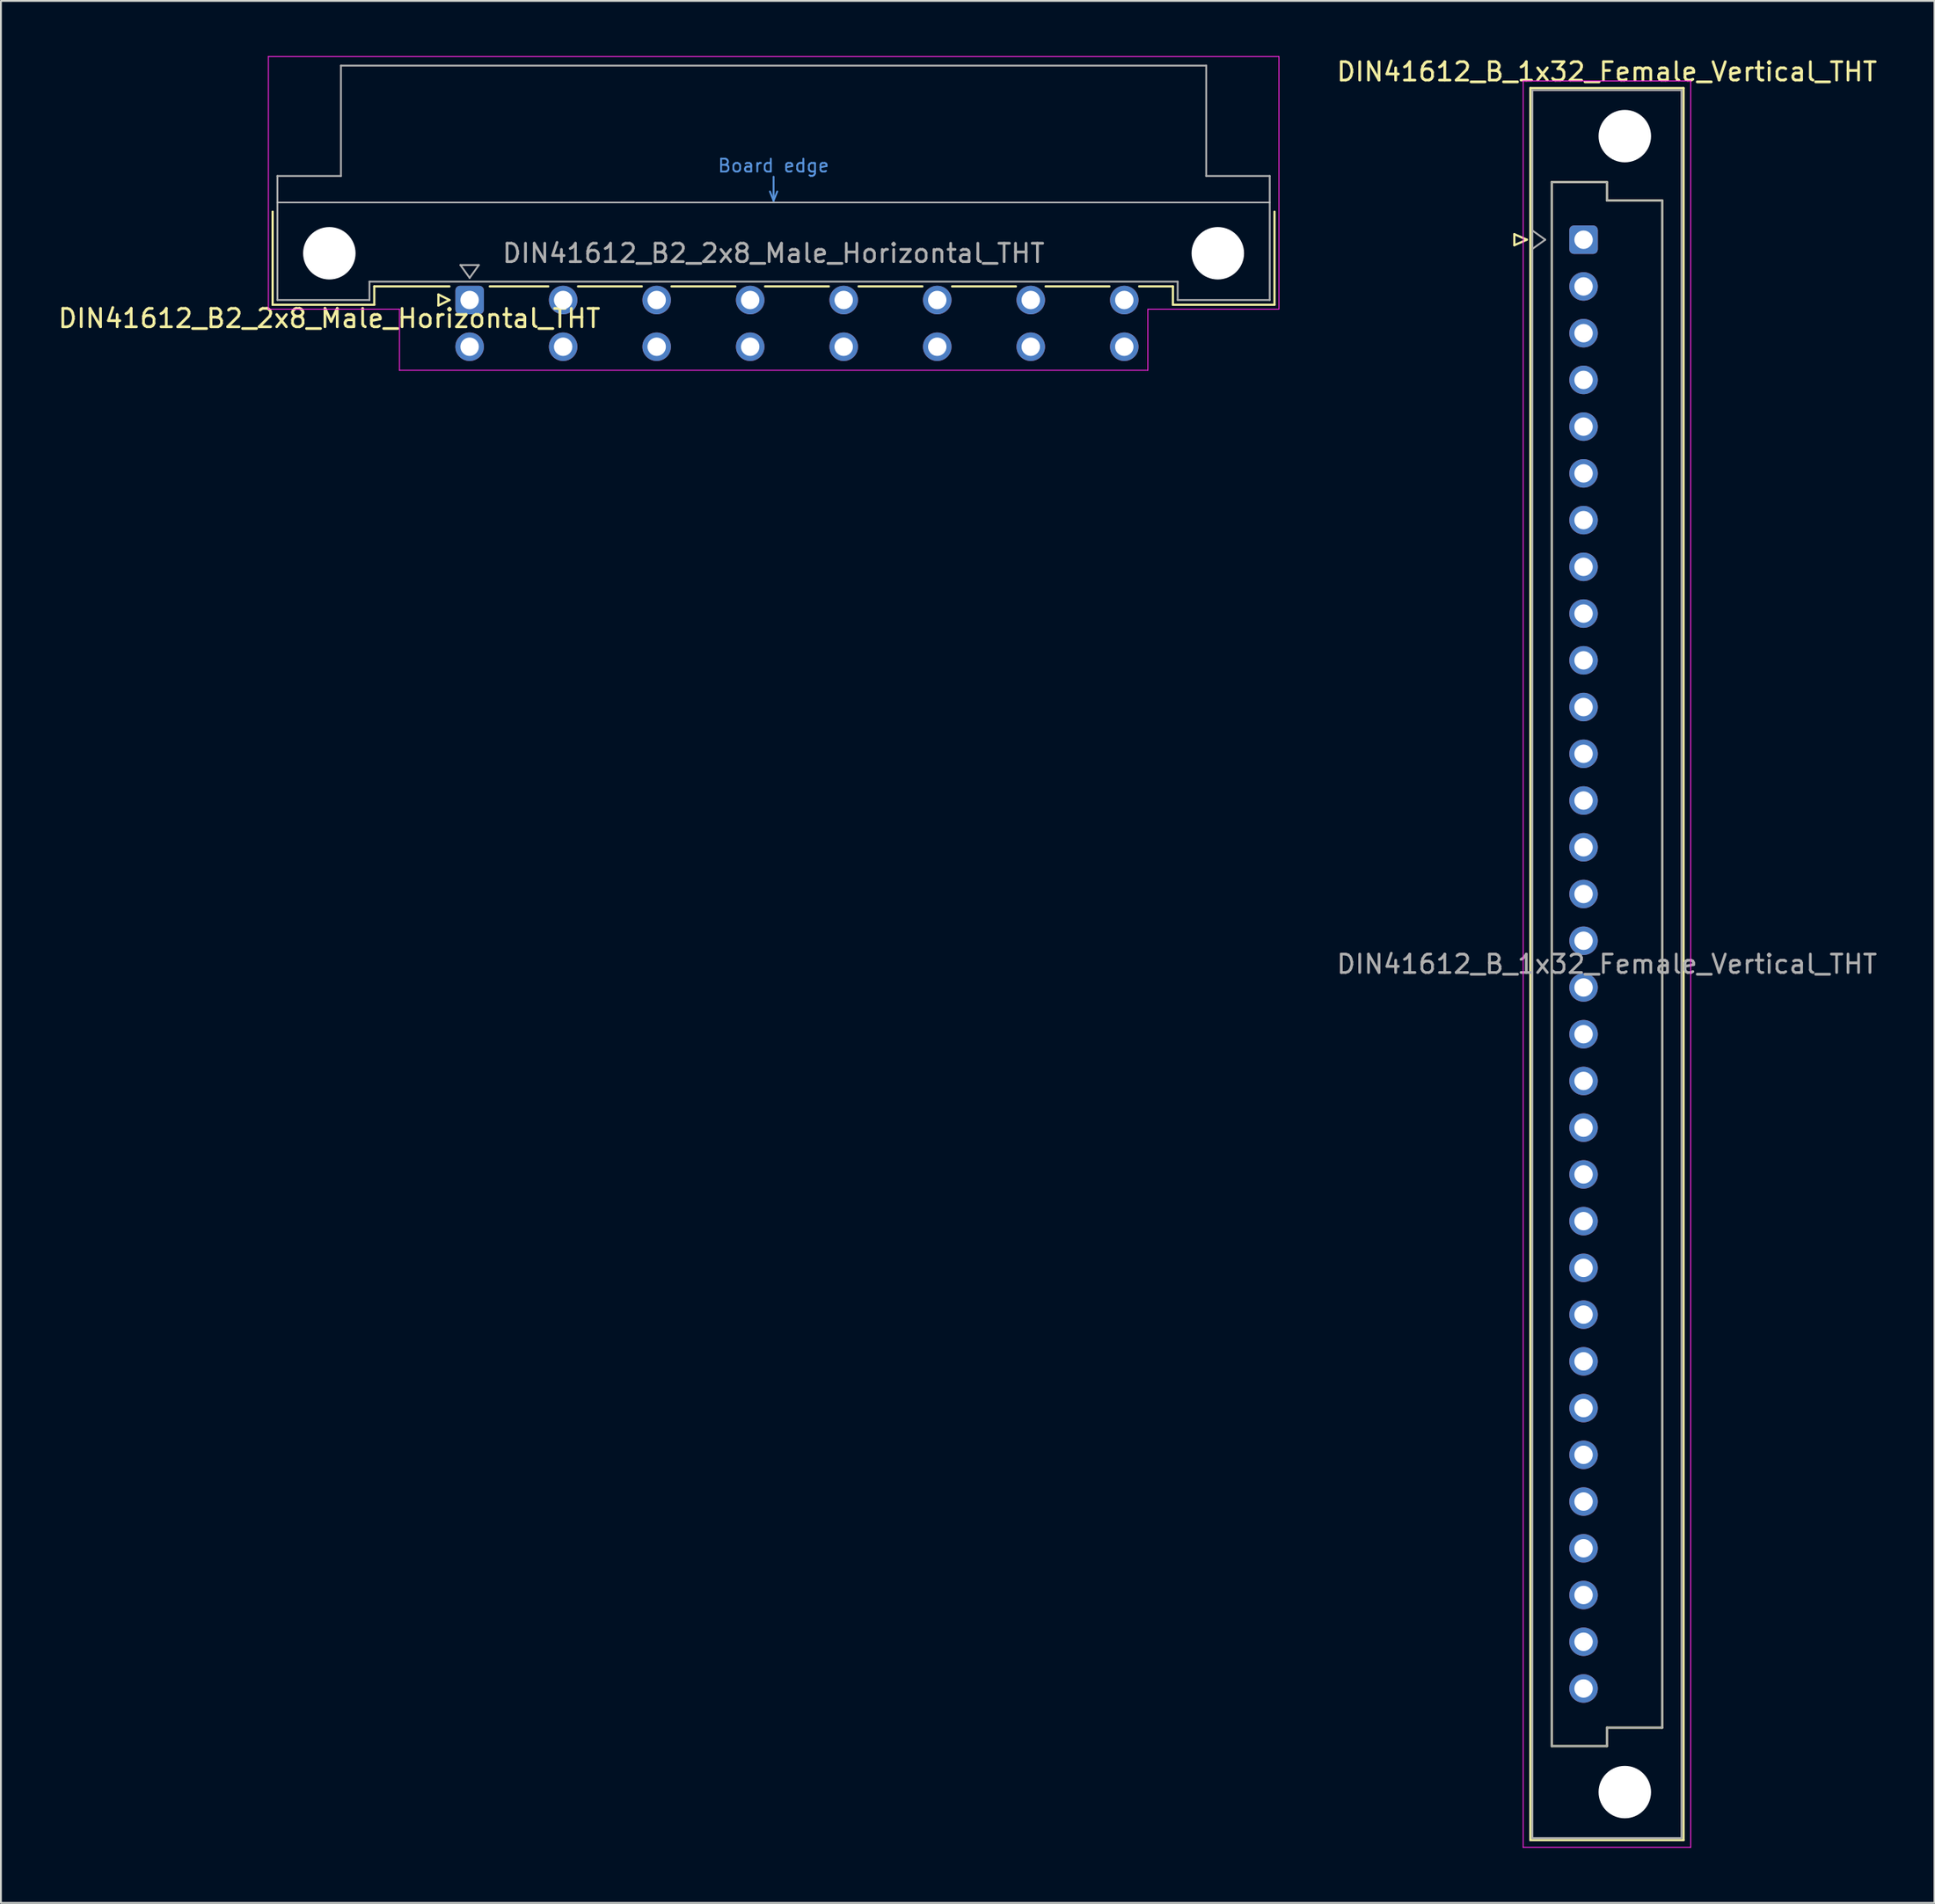
<source format=kicad_pcb>
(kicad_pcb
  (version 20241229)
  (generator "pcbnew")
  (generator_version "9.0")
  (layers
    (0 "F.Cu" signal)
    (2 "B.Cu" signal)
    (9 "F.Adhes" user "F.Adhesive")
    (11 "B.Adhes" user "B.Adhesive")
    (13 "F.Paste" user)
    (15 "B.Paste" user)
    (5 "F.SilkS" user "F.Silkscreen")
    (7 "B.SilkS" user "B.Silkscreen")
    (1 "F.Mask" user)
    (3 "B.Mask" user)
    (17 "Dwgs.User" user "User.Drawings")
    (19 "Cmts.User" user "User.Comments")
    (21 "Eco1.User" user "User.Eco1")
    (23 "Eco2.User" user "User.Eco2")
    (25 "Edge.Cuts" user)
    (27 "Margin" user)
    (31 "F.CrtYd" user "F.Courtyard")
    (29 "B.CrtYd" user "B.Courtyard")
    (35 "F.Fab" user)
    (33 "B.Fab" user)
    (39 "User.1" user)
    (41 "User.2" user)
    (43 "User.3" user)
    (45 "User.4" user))
  (footprint "DIN41612_B2_2x8_Male_Horizontal_THT"
    (layer "F.Cu")
    (at 19.919 13.255)
    (property "Reference" "DIN41612_B2_2x8_Male_Horizontal_THT" (at -5.08 1 0) (layer "F.SilkS") (effects (font (size 1 1) (thickness 0.15))))
    (attr through_hole)
    (fp_line (start -8.16 -4.8) (end -8.16 0.26) (stroke (width 0.12) (type solid)) (layer "F.SilkS"))
    (fp_line (start -8.16 0.26) (end -2.64 0.26) (stroke (width 0.12) (type solid)) (layer "F.SilkS"))
    (fp_line (start -2.64 -0.74) (end 1.445 -0.74) (stroke (width 0.12) (type solid)) (layer "F.SilkS"))
    (fp_line (start -2.64 0.26) (end -2.64 -0.74) (stroke (width 0.12) (type solid)) (layer "F.SilkS"))
    (fp_line (start 0.845 -0.3) (end 0.845 0.3) (stroke (width 0.12) (type solid)) (layer "F.SilkS"))
    (fp_line (start 0.845 0.3) (end 1.445 0) (stroke (width 0.12) (type solid)) (layer "F.SilkS"))
    (fp_line (start 1.445 0) (end 0.845 -0.3) (stroke (width 0.12) (type solid)) (layer "F.SilkS"))
    (fp_line (start 3.635 -0.74) (end 6.813 -0.74) (stroke (width 0.12) (type solid)) (layer "F.SilkS"))
    (fp_line (start 8.427 -0.74) (end 11.893 -0.74) (stroke (width 0.12) (type solid)) (layer "F.SilkS"))
    (fp_line (start 13.507 -0.74) (end 16.973 -0.74) (stroke (width 0.12) (type solid)) (layer "F.SilkS"))
    (fp_line (start 18.587 -0.74) (end 22.053 -0.74) (stroke (width 0.12) (type solid)) (layer "F.SilkS"))
    (fp_line (start 23.667 -0.74) (end 27.133 -0.74) (stroke (width 0.12) (type solid)) (layer "F.SilkS"))
    (fp_line (start 28.747 -0.74) (end 32.213 -0.74) (stroke (width 0.12) (type solid)) (layer "F.SilkS"))
    (fp_line (start 33.827 -0.74) (end 37.293 -0.74) (stroke (width 0.12) (type solid)) (layer "F.SilkS"))
    (fp_line (start 38.907 -0.74) (end 40.74 -0.74) (stroke (width 0.12) (type solid)) (layer "F.SilkS"))
    (fp_line (start 40.74 0.26) (end 40.74 -0.74) (stroke (width 0.12) (type solid)) (layer "F.SilkS"))
    (fp_line (start 46.26 -4.8) (end 46.26 0.26) (stroke (width 0.12) (type solid)) (layer "F.SilkS"))
    (fp_line (start 46.26 0.26) (end 40.74 0.26) (stroke (width 0.12) (type solid)) (layer "F.SilkS"))
    (fp_line (start -7.9 -5.3) (end 46 -5.3) (stroke (width 0.08) (type solid)) (layer "Dwgs.User"))
    (fp_line (start 18.85 -5.9) (end 19.05 -5.4) (stroke (width 0.1) (type solid)) (layer "Cmts.User"))
    (fp_line (start 19.05 -5.4) (end 19.05 -6.7) (stroke (width 0.1) (type solid)) (layer "Cmts.User"))
    (fp_line (start 19.05 -5.4) (end 19.25 -5.9) (stroke (width 0.1) (type solid)) (layer "Cmts.User"))
    (fp_line (start -8.39 -13.23) (end -8.39 0.5) (stroke (width 0.05) (type solid)) (layer "F.CrtYd"))
    (fp_line (start -8.39 0.5) (end -1.27 0.5) (stroke (width 0.05) (type solid)) (layer "F.CrtYd"))
    (fp_line (start -1.27 0.5) (end -1.27 3.82) (stroke (width 0.05) (type solid)) (layer "F.CrtYd"))
    (fp_line (start -1.27 3.82) (end 39.38 3.82) (stroke (width 0.05) (type solid)) (layer "F.CrtYd"))
    (fp_line (start 39.38 0.5) (end 46.5 0.5) (stroke (width 0.05) (type solid)) (layer "F.CrtYd"))
    (fp_line (start 39.38 3.82) (end 39.38 0.5) (stroke (width 0.05) (type solid)) (layer "F.CrtYd"))
    (fp_line (start 46.5 -13.23) (end -8.39 -13.23) (stroke (width 0.05) (type solid)) (layer "F.CrtYd"))
    (fp_line (start 46.5 0.5) (end 46.5 -13.23) (stroke (width 0.05) (type solid)) (layer "F.CrtYd"))
    (fp_line (start -7.9 -6.74) (end -7.9 0) (stroke (width 0.1) (type solid)) (layer "F.Fab"))
    (fp_line (start -7.9 0) (end -2.9 0) (stroke (width 0.1) (type solid)) (layer "F.Fab"))
    (fp_line (start -4.45 -12.74) (end -4.45 -6.74) (stroke (width 0.1) (type solid)) (layer "F.Fab"))
    (fp_line (start -4.45 -6.74) (end -7.9 -6.74) (stroke (width 0.1) (type solid)) (layer "F.Fab"))
    (fp_line (start -2.9 -1) (end 41 -1) (stroke (width 0.1) (type solid)) (layer "F.Fab"))
    (fp_line (start -2.9 0) (end -2.9 -1) (stroke (width 0.1) (type solid)) (layer "F.Fab"))
    (fp_line (start 2.04 -1.9) (end 3.04 -1.9) (stroke (width 0.1) (type solid)) (layer "F.Fab"))
    (fp_line (start 2.54 -1.2) (end 2.04 -1.9) (stroke (width 0.1) (type solid)) (layer "F.Fab"))
    (fp_line (start 3.04 -1.9) (end 2.54 -1.2) (stroke (width 0.1) (type solid)) (layer "F.Fab"))
    (fp_line (start 41 -1) (end 41 0) (stroke (width 0.1) (type solid)) (layer "F.Fab"))
    (fp_line (start 41 0) (end 46 0) (stroke (width 0.1) (type solid)) (layer "F.Fab"))
    (fp_line (start 42.55 -12.74) (end -4.45 -12.74) (stroke (width 0.1) (type solid)) (layer "F.Fab"))
    (fp_line (start 42.55 -6.74) (end 42.55 -12.74) (stroke (width 0.1) (type solid)) (layer "F.Fab"))
    (fp_line (start 46 -6.74) (end 42.55 -6.74) (stroke (width 0.1) (type solid)) (layer "F.Fab"))
    (fp_line (start 46 0) (end 46 -6.74) (stroke (width 0.1) (type solid)) (layer "F.Fab"))
    (fp_text user "Board edge" (at 19.05 -7.3 0) (layer "Cmts.User") (effects (font (size 0.7 0.7) (thickness 0.1))))
    (fp_text user "${REFERENCE}" (at 19.05 -2.54 0) (layer "F.Fab") (effects (font (size 1 1) (thickness 0.15))))
    (pad "" np_thru_hole circle (at -5.08 -2.54) (size 2.85 2.85) (drill 2.85) (layers "*.Cu" "*.Mask"))
    (pad "" np_thru_hole circle (at 43.18 -2.54) (size 2.85 2.85) (drill 2.85) (layers "*.Cu" "*.Mask"))
    (pad "a2" thru_hole roundrect (at 2.54 0) (size 1.55 1.55) (drill 1) (layers "*.Cu" "*.Mask") (roundrect_rratio 0.161))
    (pad "a4" thru_hole circle (at 7.62 0) (size 1.55 1.55) (drill 1) (layers "*.Cu" "*.Mask"))
    (pad "a6" thru_hole circle (at 12.7 0) (size 1.55 1.55) (drill 1) (layers "*.Cu" "*.Mask"))
    (pad "a8" thru_hole circle (at 17.78 0) (size 1.55 1.55) (drill 1) (layers "*.Cu" "*.Mask"))
    (pad "a10" thru_hole circle (at 22.86 0) (size 1.55 1.55) (drill 1) (layers "*.Cu" "*.Mask"))
    (pad "a12" thru_hole circle (at 27.94 0) (size 1.55 1.55) (drill 1) (layers "*.Cu" "*.Mask"))
    (pad "a14" thru_hole circle (at 33.02 0) (size 1.55 1.55) (drill 1) (layers "*.Cu" "*.Mask"))
    (pad "a16" thru_hole circle (at 38.1 0) (size 1.55 1.55) (drill 1) (layers "*.Cu" "*.Mask"))
    (pad "b2" thru_hole circle (at 2.54 2.54) (size 1.55 1.55) (drill 1) (layers "*.Cu" "*.Mask"))
    (pad "b4" thru_hole circle (at 7.62 2.54) (size 1.55 1.55) (drill 1) (layers "*.Cu" "*.Mask"))
    (pad "b6" thru_hole circle (at 12.7 2.54) (size 1.55 1.55) (drill 1) (layers "*.Cu" "*.Mask"))
    (pad "b8" thru_hole circle (at 17.78 2.54) (size 1.55 1.55) (drill 1) (layers "*.Cu" "*.Mask"))
    (pad "b10" thru_hole circle (at 22.86 2.54) (size 1.55 1.55) (drill 1) (layers "*.Cu" "*.Mask"))
    (pad "b12" thru_hole circle (at 27.94 2.54) (size 1.55 1.55) (drill 1) (layers "*.Cu" "*.Mask"))
    (pad "b14" thru_hole circle (at 33.02 2.54) (size 1.55 1.55) (drill 1) (layers "*.Cu" "*.Mask"))
    (pad "b16" thru_hole circle (at 38.1 2.54) (size 1.55 1.55) (drill 1) (layers "*.Cu" "*.Mask")))
  (footprint "DIN41612_B_1x32_Female_Vertical_THT"
    (layer "F.Cu")
    (at 82.966 9.978)
    (property "Reference" "DIN41612_B_1x32_Female_Vertical_THT" (at 1.27 -9.13 0) (layer "F.SilkS") (effects (font (size 1 1) (thickness 0.15))))
    (attr through_hole)
    (fp_line (start -3.76 -0.3) (end -3.76 0.3) (stroke (width 0.12) (type solid)) (layer "F.SilkS"))
    (fp_line (start -3.76 0.3) (end -3.08 0) (stroke (width 0.12) (type solid)) (layer "F.SilkS"))
    (fp_line (start -3.08 0) (end -3.76 -0.3) (stroke (width 0.12) (type solid)) (layer "F.SilkS"))
    (fp_line (start -2.89 -8.24) (end 5.43 -8.24) (stroke (width 0.12) (type solid)) (layer "F.SilkS"))
    (fp_line (start -2.89 86.98) (end -2.89 -8.24) (stroke (width 0.12) (type solid)) (layer "F.SilkS"))
    (fp_line (start -1.73 -3.13) (end 1.27 -3.13) (stroke (width 0.12) (type solid)) (layer "F.SilkS"))
    (fp_line (start -1.73 81.87) (end -1.73 -3.13) (stroke (width 0.12) (type solid)) (layer "F.SilkS"))
    (fp_line (start 1.27 -3.13) (end 1.27 -2.13) (stroke (width 0.12) (type solid)) (layer "F.SilkS"))
    (fp_line (start 1.27 -2.13) (end 4.27 -2.13) (stroke (width 0.12) (type solid)) (layer "F.SilkS"))
    (fp_line (start 1.27 80.87) (end 1.27 81.87) (stroke (width 0.12) (type solid)) (layer "F.SilkS"))
    (fp_line (start 1.27 81.87) (end -1.73 81.87) (stroke (width 0.12) (type solid)) (layer "F.SilkS"))
    (fp_line (start 4.27 -2.13) (end 4.27 80.87) (stroke (width 0.12) (type solid)) (layer "F.SilkS"))
    (fp_line (start 4.27 80.87) (end 1.27 80.87) (stroke (width 0.12) (type solid)) (layer "F.SilkS"))
    (fp_line (start 5.43 -8.24) (end 5.43 86.98) (stroke (width 0.12) (type solid)) (layer "F.SilkS"))
    (fp_line (start 5.43 86.98) (end -2.89 86.98) (stroke (width 0.12) (type solid)) (layer "F.SilkS"))
    (fp_line (start -3.28 -8.63) (end 5.82 -8.63) (stroke (width 0.05) (type solid)) (layer "F.CrtYd"))
    (fp_line (start -3.28 87.37) (end -3.28 -8.63) (stroke (width 0.05) (type solid)) (layer "F.CrtYd"))
    (fp_line (start 5.82 -8.63) (end 5.82 87.37) (stroke (width 0.05) (type solid)) (layer "F.CrtYd"))
    (fp_line (start 5.82 87.37) (end -3.28 87.37) (stroke (width 0.05) (type solid)) (layer "F.CrtYd"))
    (fp_line (start -2.78 -8.13) (end 5.32 -8.13) (stroke (width 0.1) (type solid)) (layer "F.Fab"))
    (fp_line (start -2.78 -0.5) (end -2.08 0) (stroke (width 0.1) (type solid)) (layer "F.Fab"))
    (fp_line (start -2.78 86.87) (end -2.78 -8.13) (stroke (width 0.1) (type solid)) (layer "F.Fab"))
    (fp_line (start -2.08 0) (end -2.78 0.5) (stroke (width 0.1) (type solid)) (layer "F.Fab"))
    (fp_line (start -1.73 -3.13) (end 1.27 -3.13) (stroke (width 0.1) (type solid)) (layer "F.Fab"))
    (fp_line (start -1.73 81.87) (end -1.73 -3.13) (stroke (width 0.1) (type solid)) (layer "F.Fab"))
    (fp_line (start 1.27 -3.13) (end 1.27 -2.13) (stroke (width 0.1) (type solid)) (layer "F.Fab"))
    (fp_line (start 1.27 -2.13) (end 4.27 -2.13) (stroke (width 0.1) (type solid)) (layer "F.Fab"))
    (fp_line (start 1.27 80.87) (end 1.27 81.87) (stroke (width 0.1) (type solid)) (layer "F.Fab"))
    (fp_line (start 1.27 81.87) (end -1.73 81.87) (stroke (width 0.1) (type solid)) (layer "F.Fab"))
    (fp_line (start 4.27 -2.13) (end 4.27 80.87) (stroke (width 0.1) (type solid)) (layer "F.Fab"))
    (fp_line (start 4.27 80.87) (end 1.27 80.87) (stroke (width 0.1) (type solid)) (layer "F.Fab"))
    (fp_line (start 5.32 -8.13) (end 5.32 86.87) (stroke (width 0.1) (type solid)) (layer "F.Fab"))
    (fp_line (start 5.32 86.87) (end -2.78 86.87) (stroke (width 0.1) (type solid)) (layer "F.Fab"))
    (fp_text user "${REFERENCE}" (at 1.27 39.37 0) (layer "F.Fab") (effects (font (size 1 1) (thickness 0.15))))
    (pad "" np_thru_hole circle (at 2.24 -5.63) (size 2.85 2.85) (drill 2.85) (layers "*.Cu" "*.Mask"))
    (pad "" np_thru_hole circle (at 2.24 84.37) (size 2.85 2.85) (drill 2.85) (layers "*.Cu" "*.Mask"))
    (pad "a1" thru_hole roundrect (at 0 0) (size 1.55 1.55) (drill 1) (layers "*.Cu" "*.Mask") (roundrect_rratio 0.161))
    (pad "a2" thru_hole circle (at 0 2.54) (size 1.55 1.55) (drill 1) (layers "*.Cu" "*.Mask"))
    (pad "a3" thru_hole circle (at 0 5.08) (size 1.55 1.55) (drill 1) (layers "*.Cu" "*.Mask"))
    (pad "a4" thru_hole circle (at 0 7.62) (size 1.55 1.55) (drill 1) (layers "*.Cu" "*.Mask"))
    (pad "a5" thru_hole circle (at 0 10.16) (size 1.55 1.55) (drill 1) (layers "*.Cu" "*.Mask"))
    (pad "a6" thru_hole circle (at 0 12.7) (size 1.55 1.55) (drill 1) (layers "*.Cu" "*.Mask"))
    (pad "a7" thru_hole circle (at 0 15.24) (size 1.55 1.55) (drill 1) (layers "*.Cu" "*.Mask"))
    (pad "a8" thru_hole circle (at 0 17.78) (size 1.55 1.55) (drill 1) (layers "*.Cu" "*.Mask"))
    (pad "a9" thru_hole circle (at 0 20.32) (size 1.55 1.55) (drill 1) (layers "*.Cu" "*.Mask"))
    (pad "a10" thru_hole circle (at 0 22.86) (size 1.55 1.55) (drill 1) (layers "*.Cu" "*.Mask"))
    (pad "a11" thru_hole circle (at 0 25.4) (size 1.55 1.55) (drill 1) (layers "*.Cu" "*.Mask"))
    (pad "a12" thru_hole circle (at 0 27.94) (size 1.55 1.55) (drill 1) (layers "*.Cu" "*.Mask"))
    (pad "a13" thru_hole circle (at 0 30.48) (size 1.55 1.55) (drill 1) (layers "*.Cu" "*.Mask"))
    (pad "a14" thru_hole circle (at 0 33.02) (size 1.55 1.55) (drill 1) (layers "*.Cu" "*.Mask"))
    (pad "a15" thru_hole circle (at 0 35.56) (size 1.55 1.55) (drill 1) (layers "*.Cu" "*.Mask"))
    (pad "a16" thru_hole circle (at 0 38.1) (size 1.55 1.55) (drill 1) (layers "*.Cu" "*.Mask"))
    (pad "a17" thru_hole circle (at 0 40.64) (size 1.55 1.55) (drill 1) (layers "*.Cu" "*.Mask"))
    (pad "a18" thru_hole circle (at 0 43.18) (size 1.55 1.55) (drill 1) (layers "*.Cu" "*.Mask"))
    (pad "a19" thru_hole circle (at 0 45.72) (size 1.55 1.55) (drill 1) (layers "*.Cu" "*.Mask"))
    (pad "a20" thru_hole circle (at 0 48.26) (size 1.55 1.55) (drill 1) (layers "*.Cu" "*.Mask"))
    (pad "a21" thru_hole circle (at 0 50.8) (size 1.55 1.55) (drill 1) (layers "*.Cu" "*.Mask"))
    (pad "a22" thru_hole circle (at 0 53.34) (size 1.55 1.55) (drill 1) (layers "*.Cu" "*.Mask"))
    (pad "a23" thru_hole circle (at 0 55.88) (size 1.55 1.55) (drill 1) (layers "*.Cu" "*.Mask"))
    (pad "a24" thru_hole circle (at 0 58.42) (size 1.55 1.55) (drill 1) (layers "*.Cu" "*.Mask"))
    (pad "a25" thru_hole circle (at 0 60.96) (size 1.55 1.55) (drill 1) (layers "*.Cu" "*.Mask"))
    (pad "a26" thru_hole circle (at 0 63.5) (size 1.55 1.55) (drill 1) (layers "*.Cu" "*.Mask"))
    (pad "a27" thru_hole circle (at 0 66.04) (size 1.55 1.55) (drill 1) (layers "*.Cu" "*.Mask"))
    (pad "a28" thru_hole circle (at 0 68.58) (size 1.55 1.55) (drill 1) (layers "*.Cu" "*.Mask"))
    (pad "a29" thru_hole circle (at 0 71.12) (size 1.55 1.55) (drill 1) (layers "*.Cu" "*.Mask"))
    (pad "a30" thru_hole circle (at 0 73.66) (size 1.55 1.55) (drill 1) (layers "*.Cu" "*.Mask"))
    (pad "a31" thru_hole circle (at 0 76.2) (size 1.55 1.55) (drill 1) (layers "*.Cu" "*.Mask"))
    (pad "a32" thru_hole circle (at 0 78.74) (size 1.55 1.55) (drill 1) (layers "*.Cu" "*.Mask")))
  (gr_rect
    (start -3 -3)
    (end 102.028 100.373)
    (stroke (width 0.1) (type default))
    (fill no)
    (layer "Edge.Cuts")))
</source>
